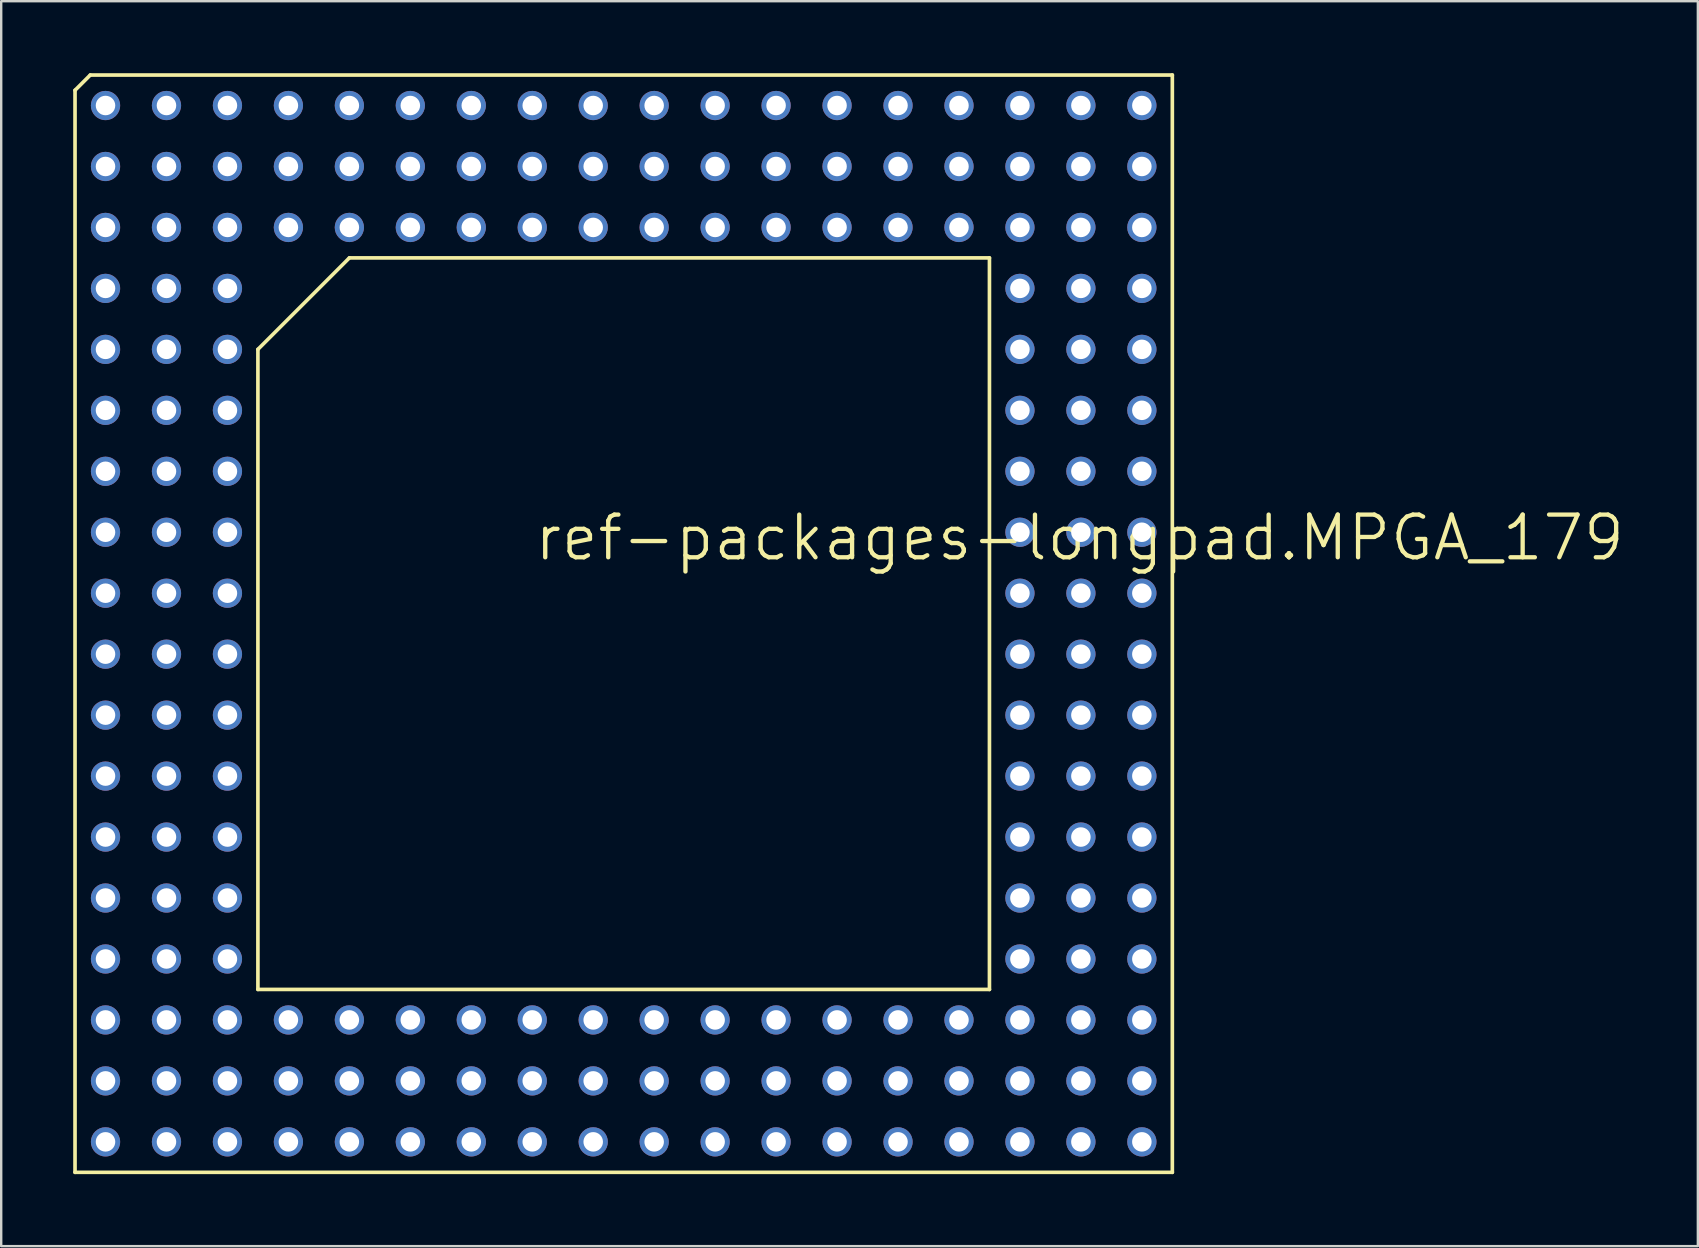
<source format=kicad_pcb>
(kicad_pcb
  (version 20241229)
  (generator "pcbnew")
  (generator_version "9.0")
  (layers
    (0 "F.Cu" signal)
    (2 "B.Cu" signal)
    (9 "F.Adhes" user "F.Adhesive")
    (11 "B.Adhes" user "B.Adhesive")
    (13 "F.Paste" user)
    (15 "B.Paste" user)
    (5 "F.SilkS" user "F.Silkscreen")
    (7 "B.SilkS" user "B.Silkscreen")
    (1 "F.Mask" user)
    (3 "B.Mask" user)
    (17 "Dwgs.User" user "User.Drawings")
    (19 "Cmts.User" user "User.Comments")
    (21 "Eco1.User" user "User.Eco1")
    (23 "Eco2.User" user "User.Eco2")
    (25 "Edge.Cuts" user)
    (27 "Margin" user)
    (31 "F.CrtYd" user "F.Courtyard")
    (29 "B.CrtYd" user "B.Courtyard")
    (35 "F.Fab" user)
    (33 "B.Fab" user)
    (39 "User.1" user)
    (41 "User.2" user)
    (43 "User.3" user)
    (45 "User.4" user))
  (footprint "ref-packages-longpad.MPGA_179"
    (layer "F.Cu")
    (at 22.936 22.936)
    (property "Reference" "ref-packages-longpad.MPGA_179" (at -3.81 -2.54 0) (layer "F.SilkS") (effects (font (size 1.778 1.778) (thickness 0.18)) (justify left bottom)))
    (attr through_hole)
    (fp_line (start -22.86 -22.225) (end -22.225 -22.86) (stroke (width 0.152) (type default)) (layer "F.SilkS"))
    (fp_line (start -22.86 22.86) (end -22.86 -22.225) (stroke (width 0.152) (type default)) (layer "F.SilkS"))
    (fp_line (start -22.225 -22.86) (end 22.86 -22.86) (stroke (width 0.152) (type default)) (layer "F.SilkS"))
    (fp_line (start -15.24 -11.43) (end -15.24 15.24) (stroke (width 0.152) (type default)) (layer "F.SilkS"))
    (fp_line (start -11.43 -15.24) (end -15.24 -11.43) (stroke (width 0.152) (type default)) (layer "F.SilkS"))
    (fp_line (start -11.43 -15.24) (end 15.24 -15.24) (stroke (width 0.152) (type default)) (layer "F.SilkS"))
    (fp_line (start 15.24 15.24) (end -15.24 15.24) (stroke (width 0.152) (type default)) (layer "F.SilkS"))
    (fp_line (start 15.24 15.24) (end 15.24 -15.24) (stroke (width 0.152) (type default)) (layer "F.SilkS"))
    (fp_line (start 22.86 -22.86) (end 22.86 22.86) (stroke (width 0.152) (type default)) (layer "F.SilkS"))
    (fp_line (start 22.86 22.86) (end -22.86 22.86) (stroke (width 0.152) (type default)) (layer "F.SilkS"))
    (pad "A01" thru_hole circle (at -21.59 -21.59 90) (size 1.219 1.219) (drill 0.813) (layers "*.Cu" "*.Mask"))
    (pad "A02" thru_hole circle (at -19.05 -21.59 90) (size 1.219 1.219) (drill 0.813) (layers "*.Cu" "*.Mask"))
    (pad "A03" thru_hole circle (at -16.51 -21.59 90) (size 1.219 1.219) (drill 0.813) (layers "*.Cu" "*.Mask"))
    (pad "A04" thru_hole circle (at -13.97 -21.59 90) (size 1.219 1.219) (drill 0.813) (layers "*.Cu" "*.Mask"))
    (pad "A05" thru_hole circle (at -11.43 -21.59 90) (size 1.219 1.219) (drill 0.813) (layers "*.Cu" "*.Mask"))
    (pad "A06" thru_hole circle (at -8.89 -21.59 90) (size 1.219 1.219) (drill 0.813) (layers "*.Cu" "*.Mask"))
    (pad "A07" thru_hole circle (at -6.35 -21.59 90) (size 1.219 1.219) (drill 0.813) (layers "*.Cu" "*.Mask"))
    (pad "A08" thru_hole circle (at -3.81 -21.59 90) (size 1.219 1.219) (drill 0.813) (layers "*.Cu" "*.Mask"))
    (pad "A09" thru_hole circle (at -1.27 -21.59 90) (size 1.219 1.219) (drill 0.813) (layers "*.Cu" "*.Mask"))
    (pad "A10" thru_hole circle (at 1.27 -21.59 90) (size 1.219 1.219) (drill 0.813) (layers "*.Cu" "*.Mask"))
    (pad "A11" thru_hole circle (at 3.81 -21.59 90) (size 1.219 1.219) (drill 0.813) (layers "*.Cu" "*.Mask"))
    (pad "A12" thru_hole circle (at 6.35 -21.59 90) (size 1.219 1.219) (drill 0.813) (layers "*.Cu" "*.Mask"))
    (pad "A13" thru_hole circle (at 8.89 -21.59 90) (size 1.219 1.219) (drill 0.813) (layers "*.Cu" "*.Mask"))
    (pad "A14" thru_hole circle (at 11.43 -21.59 90) (size 1.219 1.219) (drill 0.813) (layers "*.Cu" "*.Mask"))
    (pad "A15" thru_hole circle (at 13.97 -21.59 90) (size 1.219 1.219) (drill 0.813) (layers "*.Cu" "*.Mask"))
    (pad "A16" thru_hole circle (at 16.51 -21.59 90) (size 1.219 1.219) (drill 0.813) (layers "*.Cu" "*.Mask"))
    (pad "A17" thru_hole circle (at 19.05 -21.59 90) (size 1.219 1.219) (drill 0.813) (layers "*.Cu" "*.Mask"))
    (pad "A18" thru_hole circle (at 21.59 -21.59 90) (size 1.219 1.219) (drill 0.813) (layers "*.Cu" "*.Mask"))
    (pad "B01" thru_hole circle (at -21.59 -19.05 90) (size 1.219 1.219) (drill 0.813) (layers "*.Cu" "*.Mask"))
    (pad "B02" thru_hole circle (at -19.05 -19.05 90) (size 1.219 1.219) (drill 0.813) (layers "*.Cu" "*.Mask"))
    (pad "B03" thru_hole circle (at -16.51 -19.05 90) (size 1.219 1.219) (drill 0.813) (layers "*.Cu" "*.Mask"))
    (pad "B04" thru_hole circle (at -13.97 -19.05 90) (size 1.219 1.219) (drill 0.813) (layers "*.Cu" "*.Mask"))
    (pad "B05" thru_hole circle (at -11.43 -19.05 90) (size 1.219 1.219) (drill 0.813) (layers "*.Cu" "*.Mask"))
    (pad "B06" thru_hole circle (at -8.89 -19.05 90) (size 1.219 1.219) (drill 0.813) (layers "*.Cu" "*.Mask"))
    (pad "B07" thru_hole circle (at -6.35 -19.05 90) (size 1.219 1.219) (drill 0.813) (layers "*.Cu" "*.Mask"))
    (pad "B08" thru_hole circle (at -3.81 -19.05 90) (size 1.219 1.219) (drill 0.813) (layers "*.Cu" "*.Mask"))
    (pad "B09" thru_hole circle (at -1.27 -19.05 90) (size 1.219 1.219) (drill 0.813) (layers "*.Cu" "*.Mask"))
    (pad "B10" thru_hole circle (at 1.27 -19.05 90) (size 1.219 1.219) (drill 0.813) (layers "*.Cu" "*.Mask"))
    (pad "B11" thru_hole circle (at 3.81 -19.05 90) (size 1.219 1.219) (drill 0.813) (layers "*.Cu" "*.Mask"))
    (pad "B12" thru_hole circle (at 6.35 -19.05 90) (size 1.219 1.219) (drill 0.813) (layers "*.Cu" "*.Mask"))
    (pad "B13" thru_hole circle (at 8.89 -19.05 90) (size 1.219 1.219) (drill 0.813) (layers "*.Cu" "*.Mask"))
    (pad "B14" thru_hole circle (at 11.43 -19.05 90) (size 1.219 1.219) (drill 0.813) (layers "*.Cu" "*.Mask"))
    (pad "B15" thru_hole circle (at 13.97 -19.05 90) (size 1.219 1.219) (drill 0.813) (layers "*.Cu" "*.Mask"))
    (pad "B16" thru_hole circle (at 16.51 -19.05 90) (size 1.219 1.219) (drill 0.813) (layers "*.Cu" "*.Mask"))
    (pad "B17" thru_hole circle (at 19.05 -19.05 90) (size 1.219 1.219) (drill 0.813) (layers "*.Cu" "*.Mask"))
    (pad "B18" thru_hole circle (at 21.59 -19.05 90) (size 1.219 1.219) (drill 0.813) (layers "*.Cu" "*.Mask"))
    (pad "C01" thru_hole circle (at -21.59 -16.51 90) (size 1.219 1.219) (drill 0.813) (layers "*.Cu" "*.Mask"))
    (pad "C02" thru_hole circle (at -19.05 -16.51 90) (size 1.219 1.219) (drill 0.813) (layers "*.Cu" "*.Mask"))
    (pad "C03" thru_hole circle (at -16.51 -16.51 90) (size 1.219 1.219) (drill 0.813) (layers "*.Cu" "*.Mask"))
    (pad "C04" thru_hole circle (at -13.97 -16.51 90) (size 1.219 1.219) (drill 0.813) (layers "*.Cu" "*.Mask"))
    (pad "C05" thru_hole circle (at -11.43 -16.51 90) (size 1.219 1.219) (drill 0.813) (layers "*.Cu" "*.Mask"))
    (pad "C06" thru_hole circle (at -8.89 -16.51 90) (size 1.219 1.219) (drill 0.813) (layers "*.Cu" "*.Mask"))
    (pad "C07" thru_hole circle (at -6.35 -16.51 90) (size 1.219 1.219) (drill 0.813) (layers "*.Cu" "*.Mask"))
    (pad "C08" thru_hole circle (at -3.81 -16.51 90) (size 1.219 1.219) (drill 0.813) (layers "*.Cu" "*.Mask"))
    (pad "C09" thru_hole circle (at -1.27 -16.51 90) (size 1.219 1.219) (drill 0.813) (layers "*.Cu" "*.Mask"))
    (pad "C10" thru_hole circle (at 1.27 -16.51 90) (size 1.219 1.219) (drill 0.813) (layers "*.Cu" "*.Mask"))
    (pad "C11" thru_hole circle (at 3.81 -16.51 90) (size 1.219 1.219) (drill 0.813) (layers "*.Cu" "*.Mask"))
    (pad "C12" thru_hole circle (at 6.35 -16.51 90) (size 1.219 1.219) (drill 0.813) (layers "*.Cu" "*.Mask"))
    (pad "C13" thru_hole circle (at 8.89 -16.51 90) (size 1.219 1.219) (drill 0.813) (layers "*.Cu" "*.Mask"))
    (pad "C14" thru_hole circle (at 11.43 -16.51 90) (size 1.219 1.219) (drill 0.813) (layers "*.Cu" "*.Mask"))
    (pad "C15" thru_hole circle (at 13.97 -16.51 90) (size 1.219 1.219) (drill 0.813) (layers "*.Cu" "*.Mask"))
    (pad "C16" thru_hole circle (at 16.51 -16.51 90) (size 1.219 1.219) (drill 0.813) (layers "*.Cu" "*.Mask"))
    (pad "C17" thru_hole circle (at 19.05 -16.51 90) (size 1.219 1.219) (drill 0.813) (layers "*.Cu" "*.Mask"))
    (pad "C18" thru_hole circle (at 21.59 -16.51 90) (size 1.219 1.219) (drill 0.813) (layers "*.Cu" "*.Mask"))
    (pad "D01" thru_hole circle (at -21.59 -13.97 90) (size 1.219 1.219) (drill 0.813) (layers "*.Cu" "*.Mask"))
    (pad "D02" thru_hole circle (at -19.05 -13.97 90) (size 1.219 1.219) (drill 0.813) (layers "*.Cu" "*.Mask"))
    (pad "D03" thru_hole circle (at -16.51 -13.97 90) (size 1.219 1.219) (drill 0.813) (layers "*.Cu" "*.Mask"))
    (pad "D16" thru_hole circle (at 16.51 -13.97 90) (size 1.219 1.219) (drill 0.813) (layers "*.Cu" "*.Mask"))
    (pad "D17" thru_hole circle (at 19.05 -13.97 90) (size 1.219 1.219) (drill 0.813) (layers "*.Cu" "*.Mask"))
    (pad "D18" thru_hole circle (at 21.59 -13.97 90) (size 1.219 1.219) (drill 0.813) (layers "*.Cu" "*.Mask"))
    (pad "E01" thru_hole circle (at -21.59 -11.43 90) (size 1.219 1.219) (drill 0.813) (layers "*.Cu" "*.Mask"))
    (pad "E02" thru_hole circle (at -19.05 -11.43 90) (size 1.219 1.219) (drill 0.813) (layers "*.Cu" "*.Mask"))
    (pad "E03" thru_hole circle (at -16.51 -11.43 90) (size 1.219 1.219) (drill 0.813) (layers "*.Cu" "*.Mask"))
    (pad "E16" thru_hole circle (at 16.51 -11.43 90) (size 1.219 1.219) (drill 0.813) (layers "*.Cu" "*.Mask"))
    (pad "E17" thru_hole circle (at 19.05 -11.43 90) (size 1.219 1.219) (drill 0.813) (layers "*.Cu" "*.Mask"))
    (pad "E18" thru_hole circle (at 21.59 -11.43 90) (size 1.219 1.219) (drill 0.813) (layers "*.Cu" "*.Mask"))
    (pad "F01" thru_hole circle (at -21.59 -8.89 90) (size 1.219 1.219) (drill 0.813) (layers "*.Cu" "*.Mask"))
    (pad "F02" thru_hole circle (at -19.05 -8.89 90) (size 1.219 1.219) (drill 0.813) (layers "*.Cu" "*.Mask"))
    (pad "F03" thru_hole circle (at -16.51 -8.89 90) (size 1.219 1.219) (drill 0.813) (layers "*.Cu" "*.Mask"))
    (pad "F16" thru_hole circle (at 16.51 -8.89 90) (size 1.219 1.219) (drill 0.813) (layers "*.Cu" "*.Mask"))
    (pad "F17" thru_hole circle (at 19.05 -8.89 90) (size 1.219 1.219) (drill 0.813) (layers "*.Cu" "*.Mask"))
    (pad "F18" thru_hole circle (at 21.59 -8.89 90) (size 1.219 1.219) (drill 0.813) (layers "*.Cu" "*.Mask"))
    (pad "G01" thru_hole circle (at -21.59 -6.35 90) (size 1.219 1.219) (drill 0.813) (layers "*.Cu" "*.Mask"))
    (pad "G02" thru_hole circle (at -19.05 -6.35 90) (size 1.219 1.219) (drill 0.813) (layers "*.Cu" "*.Mask"))
    (pad "G03" thru_hole circle (at -16.51 -6.35 90) (size 1.219 1.219) (drill 0.813) (layers "*.Cu" "*.Mask"))
    (pad "G16" thru_hole circle (at 16.51 -6.35 90) (size 1.219 1.219) (drill 0.813) (layers "*.Cu" "*.Mask"))
    (pad "G17" thru_hole circle (at 19.05 -6.35 90) (size 1.219 1.219) (drill 0.813) (layers "*.Cu" "*.Mask"))
    (pad "G18" thru_hole circle (at 21.59 -6.35 90) (size 1.219 1.219) (drill 0.813) (layers "*.Cu" "*.Mask"))
    (pad "H01" thru_hole circle (at -21.59 -3.81 90) (size 1.219 1.219) (drill 0.813) (layers "*.Cu" "*.Mask"))
    (pad "H02" thru_hole circle (at -19.05 -3.81 90) (size 1.219 1.219) (drill 0.813) (layers "*.Cu" "*.Mask"))
    (pad "H03" thru_hole circle (at -16.51 -3.81 90) (size 1.219 1.219) (drill 0.813) (layers "*.Cu" "*.Mask"))
    (pad "H16" thru_hole circle (at 16.51 -3.81 90) (size 1.219 1.219) (drill 0.813) (layers "*.Cu" "*.Mask"))
    (pad "H17" thru_hole circle (at 19.05 -3.81 90) (size 1.219 1.219) (drill 0.813) (layers "*.Cu" "*.Mask"))
    (pad "H18" thru_hole circle (at 21.59 -3.81 90) (size 1.219 1.219) (drill 0.813) (layers "*.Cu" "*.Mask"))
    (pad "J01" thru_hole circle (at -21.59 -1.27 90) (size 1.219 1.219) (drill 0.813) (layers "*.Cu" "*.Mask"))
    (pad "J02" thru_hole circle (at -19.05 -1.27 90) (size 1.219 1.219) (drill 0.813) (layers "*.Cu" "*.Mask"))
    (pad "J03" thru_hole circle (at -16.51 -1.27 90) (size 1.219 1.219) (drill 0.813) (layers "*.Cu" "*.Mask"))
    (pad "J16" thru_hole circle (at 16.51 -1.27 90) (size 1.219 1.219) (drill 0.813) (layers "*.Cu" "*.Mask"))
    (pad "J17" thru_hole circle (at 19.05 -1.27 90) (size 1.219 1.219) (drill 0.813) (layers "*.Cu" "*.Mask"))
    (pad "J18" thru_hole circle (at 21.59 -1.27 90) (size 1.219 1.219) (drill 0.813) (layers "*.Cu" "*.Mask"))
    (pad "K01" thru_hole circle (at -21.59 1.27 90) (size 1.219 1.219) (drill 0.813) (layers "*.Cu" "*.Mask"))
    (pad "K02" thru_hole circle (at -19.05 1.27 90) (size 1.219 1.219) (drill 0.813) (layers "*.Cu" "*.Mask"))
    (pad "K03" thru_hole circle (at -16.51 1.27 90) (size 1.219 1.219) (drill 0.813) (layers "*.Cu" "*.Mask"))
    (pad "K16" thru_hole circle (at 16.51 1.27 90) (size 1.219 1.219) (drill 0.813) (layers "*.Cu" "*.Mask"))
    (pad "K17" thru_hole circle (at 19.05 1.27 90) (size 1.219 1.219) (drill 0.813) (layers "*.Cu" "*.Mask"))
    (pad "K18" thru_hole circle (at 21.59 1.27 90) (size 1.219 1.219) (drill 0.813) (layers "*.Cu" "*.Mask"))
    (pad "L01" thru_hole circle (at -21.59 3.81 90) (size 1.219 1.219) (drill 0.813) (layers "*.Cu" "*.Mask"))
    (pad "L02" thru_hole circle (at -19.05 3.81 90) (size 1.219 1.219) (drill 0.813) (layers "*.Cu" "*.Mask"))
    (pad "L03" thru_hole circle (at -16.51 3.81 90) (size 1.219 1.219) (drill 0.813) (layers "*.Cu" "*.Mask"))
    (pad "L16" thru_hole circle (at 16.51 3.81 90) (size 1.219 1.219) (drill 0.813) (layers "*.Cu" "*.Mask"))
    (pad "L17" thru_hole circle (at 19.05 3.81 90) (size 1.219 1.219) (drill 0.813) (layers "*.Cu" "*.Mask"))
    (pad "L18" thru_hole circle (at 21.59 3.81 90) (size 1.219 1.219) (drill 0.813) (layers "*.Cu" "*.Mask"))
    (pad "M01" thru_hole circle (at -21.59 6.35 90) (size 1.219 1.219) (drill 0.813) (layers "*.Cu" "*.Mask"))
    (pad "M02" thru_hole circle (at -19.05 6.35 90) (size 1.219 1.219) (drill 0.813) (layers "*.Cu" "*.Mask"))
    (pad "M03" thru_hole circle (at -16.51 6.35 90) (size 1.219 1.219) (drill 0.813) (layers "*.Cu" "*.Mask"))
    (pad "M16" thru_hole circle (at 16.51 6.35 90) (size 1.219 1.219) (drill 0.813) (layers "*.Cu" "*.Mask"))
    (pad "M17" thru_hole circle (at 19.05 6.35 90) (size 1.219 1.219) (drill 0.813) (layers "*.Cu" "*.Mask"))
    (pad "M18" thru_hole circle (at 21.59 6.35 90) (size 1.219 1.219) (drill 0.813) (layers "*.Cu" "*.Mask"))
    (pad "N01" thru_hole circle (at -21.59 8.89 90) (size 1.219 1.219) (drill 0.813) (layers "*.Cu" "*.Mask"))
    (pad "N02" thru_hole circle (at -19.05 8.89 90) (size 1.219 1.219) (drill 0.813) (layers "*.Cu" "*.Mask"))
    (pad "N03" thru_hole circle (at -16.51 8.89 90) (size 1.219 1.219) (drill 0.813) (layers "*.Cu" "*.Mask"))
    (pad "N16" thru_hole circle (at 16.51 8.89 90) (size 1.219 1.219) (drill 0.813) (layers "*.Cu" "*.Mask"))
    (pad "N17" thru_hole circle (at 19.05 8.89 90) (size 1.219 1.219) (drill 0.813) (layers "*.Cu" "*.Mask"))
    (pad "N18" thru_hole circle (at 21.59 8.89 90) (size 1.219 1.219) (drill 0.813) (layers "*.Cu" "*.Mask"))
    (pad "P01" thru_hole circle (at -21.59 11.43 90) (size 1.219 1.219) (drill 0.813) (layers "*.Cu" "*.Mask"))
    (pad "P02" thru_hole circle (at -19.05 11.43 90) (size 1.219 1.219) (drill 0.813) (layers "*.Cu" "*.Mask"))
    (pad "P03" thru_hole circle (at -16.51 11.43 90) (size 1.219 1.219) (drill 0.813) (layers "*.Cu" "*.Mask"))
    (pad "P16" thru_hole circle (at 16.51 11.43 90) (size 1.219 1.219) (drill 0.813) (layers "*.Cu" "*.Mask"))
    (pad "P17" thru_hole circle (at 19.05 11.43 90) (size 1.219 1.219) (drill 0.813) (layers "*.Cu" "*.Mask"))
    (pad "P18" thru_hole circle (at 21.59 11.43 90) (size 1.219 1.219) (drill 0.813) (layers "*.Cu" "*.Mask"))
    (pad "Q01" thru_hole circle (at -21.59 13.97 90) (size 1.219 1.219) (drill 0.813) (layers "*.Cu" "*.Mask"))
    (pad "Q02" thru_hole circle (at -19.05 13.97 90) (size 1.219 1.219) (drill 0.813) (layers "*.Cu" "*.Mask"))
    (pad "Q03" thru_hole circle (at -16.51 13.97 90) (size 1.219 1.219) (drill 0.813) (layers "*.Cu" "*.Mask"))
    (pad "Q16" thru_hole circle (at 16.51 13.97 90) (size 1.219 1.219) (drill 0.813) (layers "*.Cu" "*.Mask"))
    (pad "Q17" thru_hole circle (at 19.05 13.97 90) (size 1.219 1.219) (drill 0.813) (layers "*.Cu" "*.Mask"))
    (pad "Q18" thru_hole circle (at 21.59 13.97 90) (size 1.219 1.219) (drill 0.813) (layers "*.Cu" "*.Mask"))
    (pad "R01" thru_hole circle (at -21.59 16.51 90) (size 1.219 1.219) (drill 0.813) (layers "*.Cu" "*.Mask"))
    (pad "R02" thru_hole circle (at -19.05 16.51 90) (size 1.219 1.219) (drill 0.813) (layers "*.Cu" "*.Mask"))
    (pad "R03" thru_hole circle (at -16.51 16.51 90) (size 1.219 1.219) (drill 0.813) (layers "*.Cu" "*.Mask"))
    (pad "R04" thru_hole circle (at -13.97 16.51 90) (size 1.219 1.219) (drill 0.813) (layers "*.Cu" "*.Mask"))
    (pad "R05" thru_hole circle (at -11.43 16.51 90) (size 1.219 1.219) (drill 0.813) (layers "*.Cu" "*.Mask"))
    (pad "R06" thru_hole circle (at -8.89 16.51 90) (size 1.219 1.219) (drill 0.813) (layers "*.Cu" "*.Mask"))
    (pad "R07" thru_hole circle (at -6.35 16.51 90) (size 1.219 1.219) (drill 0.813) (layers "*.Cu" "*.Mask"))
    (pad "R08" thru_hole circle (at -3.81 16.51 90) (size 1.219 1.219) (drill 0.813) (layers "*.Cu" "*.Mask"))
    (pad "R09" thru_hole circle (at -1.27 16.51 90) (size 1.219 1.219) (drill 0.813) (layers "*.Cu" "*.Mask"))
    (pad "R10" thru_hole circle (at 1.27 16.51 90) (size 1.219 1.219) (drill 0.813) (layers "*.Cu" "*.Mask"))
    (pad "R11" thru_hole circle (at 3.81 16.51 90) (size 1.219 1.219) (drill 0.813) (layers "*.Cu" "*.Mask"))
    (pad "R12" thru_hole circle (at 6.35 16.51 90) (size 1.219 1.219) (drill 0.813) (layers "*.Cu" "*.Mask"))
    (pad "R13" thru_hole circle (at 8.89 16.51 90) (size 1.219 1.219) (drill 0.813) (layers "*.Cu" "*.Mask"))
    (pad "R14" thru_hole circle (at 11.43 16.51 90) (size 1.219 1.219) (drill 0.813) (layers "*.Cu" "*.Mask"))
    (pad "R15" thru_hole circle (at 13.97 16.51 90) (size 1.219 1.219) (drill 0.813) (layers "*.Cu" "*.Mask"))
    (pad "R16" thru_hole circle (at 16.51 16.51 90) (size 1.219 1.219) (drill 0.813) (layers "*.Cu" "*.Mask"))
    (pad "R17" thru_hole circle (at 19.05 16.51 90) (size 1.219 1.219) (drill 0.813) (layers "*.Cu" "*.Mask"))
    (pad "R18" thru_hole circle (at 21.59 16.51 90) (size 1.219 1.219) (drill 0.813) (layers "*.Cu" "*.Mask"))
    (pad "S01" thru_hole circle (at -21.59 19.05 90) (size 1.219 1.219) (drill 0.813) (layers "*.Cu" "*.Mask"))
    (pad "S02" thru_hole circle (at -19.05 19.05 90) (size 1.219 1.219) (drill 0.813) (layers "*.Cu" "*.Mask"))
    (pad "S03" thru_hole circle (at -16.51 19.05 90) (size 1.219 1.219) (drill 0.813) (layers "*.Cu" "*.Mask"))
    (pad "S04" thru_hole circle (at -13.97 19.05 90) (size 1.219 1.219) (drill 0.813) (layers "*.Cu" "*.Mask"))
    (pad "S05" thru_hole circle (at -11.43 19.05 90) (size 1.219 1.219) (drill 0.813) (layers "*.Cu" "*.Mask"))
    (pad "S06" thru_hole circle (at -8.89 19.05 90) (size 1.219 1.219) (drill 0.813) (layers "*.Cu" "*.Mask"))
    (pad "S07" thru_hole circle (at -6.35 19.05 90) (size 1.219 1.219) (drill 0.813) (layers "*.Cu" "*.Mask"))
    (pad "S08" thru_hole circle (at -3.81 19.05 90) (size 1.219 1.219) (drill 0.813) (layers "*.Cu" "*.Mask"))
    (pad "S09" thru_hole circle (at -1.27 19.05 90) (size 1.219 1.219) (drill 0.813) (layers "*.Cu" "*.Mask"))
    (pad "S10" thru_hole circle (at 1.27 19.05 90) (size 1.219 1.219) (drill 0.813) (layers "*.Cu" "*.Mask"))
    (pad "S11" thru_hole circle (at 3.81 19.05 90) (size 1.219 1.219) (drill 0.813) (layers "*.Cu" "*.Mask"))
    (pad "S12" thru_hole circle (at 6.35 19.05 90) (size 1.219 1.219) (drill 0.813) (layers "*.Cu" "*.Mask"))
    (pad "S13" thru_hole circle (at 8.89 19.05 90) (size 1.219 1.219) (drill 0.813) (layers "*.Cu" "*.Mask"))
    (pad "S14" thru_hole circle (at 11.43 19.05 90) (size 1.219 1.219) (drill 0.813) (layers "*.Cu" "*.Mask"))
    (pad "S15" thru_hole circle (at 13.97 19.05 90) (size 1.219 1.219) (drill 0.813) (layers "*.Cu" "*.Mask"))
    (pad "S16" thru_hole circle (at 16.51 19.05 90) (size 1.219 1.219) (drill 0.813) (layers "*.Cu" "*.Mask"))
    (pad "S17" thru_hole circle (at 19.05 19.05 90) (size 1.219 1.219) (drill 0.813) (layers "*.Cu" "*.Mask"))
    (pad "S18" thru_hole circle (at 21.59 19.05 90) (size 1.219 1.219) (drill 0.813) (layers "*.Cu" "*.Mask"))
    (pad "T01" thru_hole circle (at -21.59 21.59 90) (size 1.219 1.219) (drill 0.813) (layers "*.Cu" "*.Mask"))
    (pad "T02" thru_hole circle (at -19.05 21.59 90) (size 1.219 1.219) (drill 0.813) (layers "*.Cu" "*.Mask"))
    (pad "T03" thru_hole circle (at -16.51 21.59 90) (size 1.219 1.219) (drill 0.813) (layers "*.Cu" "*.Mask"))
    (pad "T04" thru_hole circle (at -13.97 21.59 90) (size 1.219 1.219) (drill 0.813) (layers "*.Cu" "*.Mask"))
    (pad "T05" thru_hole circle (at -11.43 21.59 90) (size 1.219 1.219) (drill 0.813) (layers "*.Cu" "*.Mask"))
    (pad "T06" thru_hole circle (at -8.89 21.59 90) (size 1.219 1.219) (drill 0.813) (layers "*.Cu" "*.Mask"))
    (pad "T07" thru_hole circle (at -6.35 21.59 90) (size 1.219 1.219) (drill 0.813) (layers "*.Cu" "*.Mask"))
    (pad "T08" thru_hole circle (at -3.81 21.59 90) (size 1.219 1.219) (drill 0.813) (layers "*.Cu" "*.Mask"))
    (pad "T09" thru_hole circle (at -1.27 21.59 90) (size 1.219 1.219) (drill 0.813) (layers "*.Cu" "*.Mask"))
    (pad "T10" thru_hole circle (at 1.27 21.59 90) (size 1.219 1.219) (drill 0.813) (layers "*.Cu" "*.Mask"))
    (pad "T11" thru_hole circle (at 3.81 21.59 90) (size 1.219 1.219) (drill 0.813) (layers "*.Cu" "*.Mask"))
    (pad "T12" thru_hole circle (at 6.35 21.59 90) (size 1.219 1.219) (drill 0.813) (layers "*.Cu" "*.Mask"))
    (pad "T13" thru_hole circle (at 8.89 21.59 90) (size 1.219 1.219) (drill 0.813) (layers "*.Cu" "*.Mask"))
    (pad "T14" thru_hole circle (at 11.43 21.59 90) (size 1.219 1.219) (drill 0.813) (layers "*.Cu" "*.Mask"))
    (pad "T15" thru_hole circle (at 13.97 21.59 90) (size 1.219 1.219) (drill 0.813) (layers "*.Cu" "*.Mask"))
    (pad "T16" thru_hole circle (at 16.51 21.59 90) (size 1.219 1.219) (drill 0.813) (layers "*.Cu" "*.Mask"))
    (pad "T17" thru_hole circle (at 19.05 21.59 90) (size 1.219 1.219) (drill 0.813) (layers "*.Cu" "*.Mask"))
    (pad "T18" thru_hole circle (at 21.59 21.59 90) (size 1.219 1.219) (drill 0.813) (layers "*.Cu" "*.Mask")))
  (gr_rect
    (start -3 -3)
    (end 67.692 48.872)
    (stroke (width 0.1) (type default))
    (fill no)
    (layer "Edge.Cuts")))
</source>
